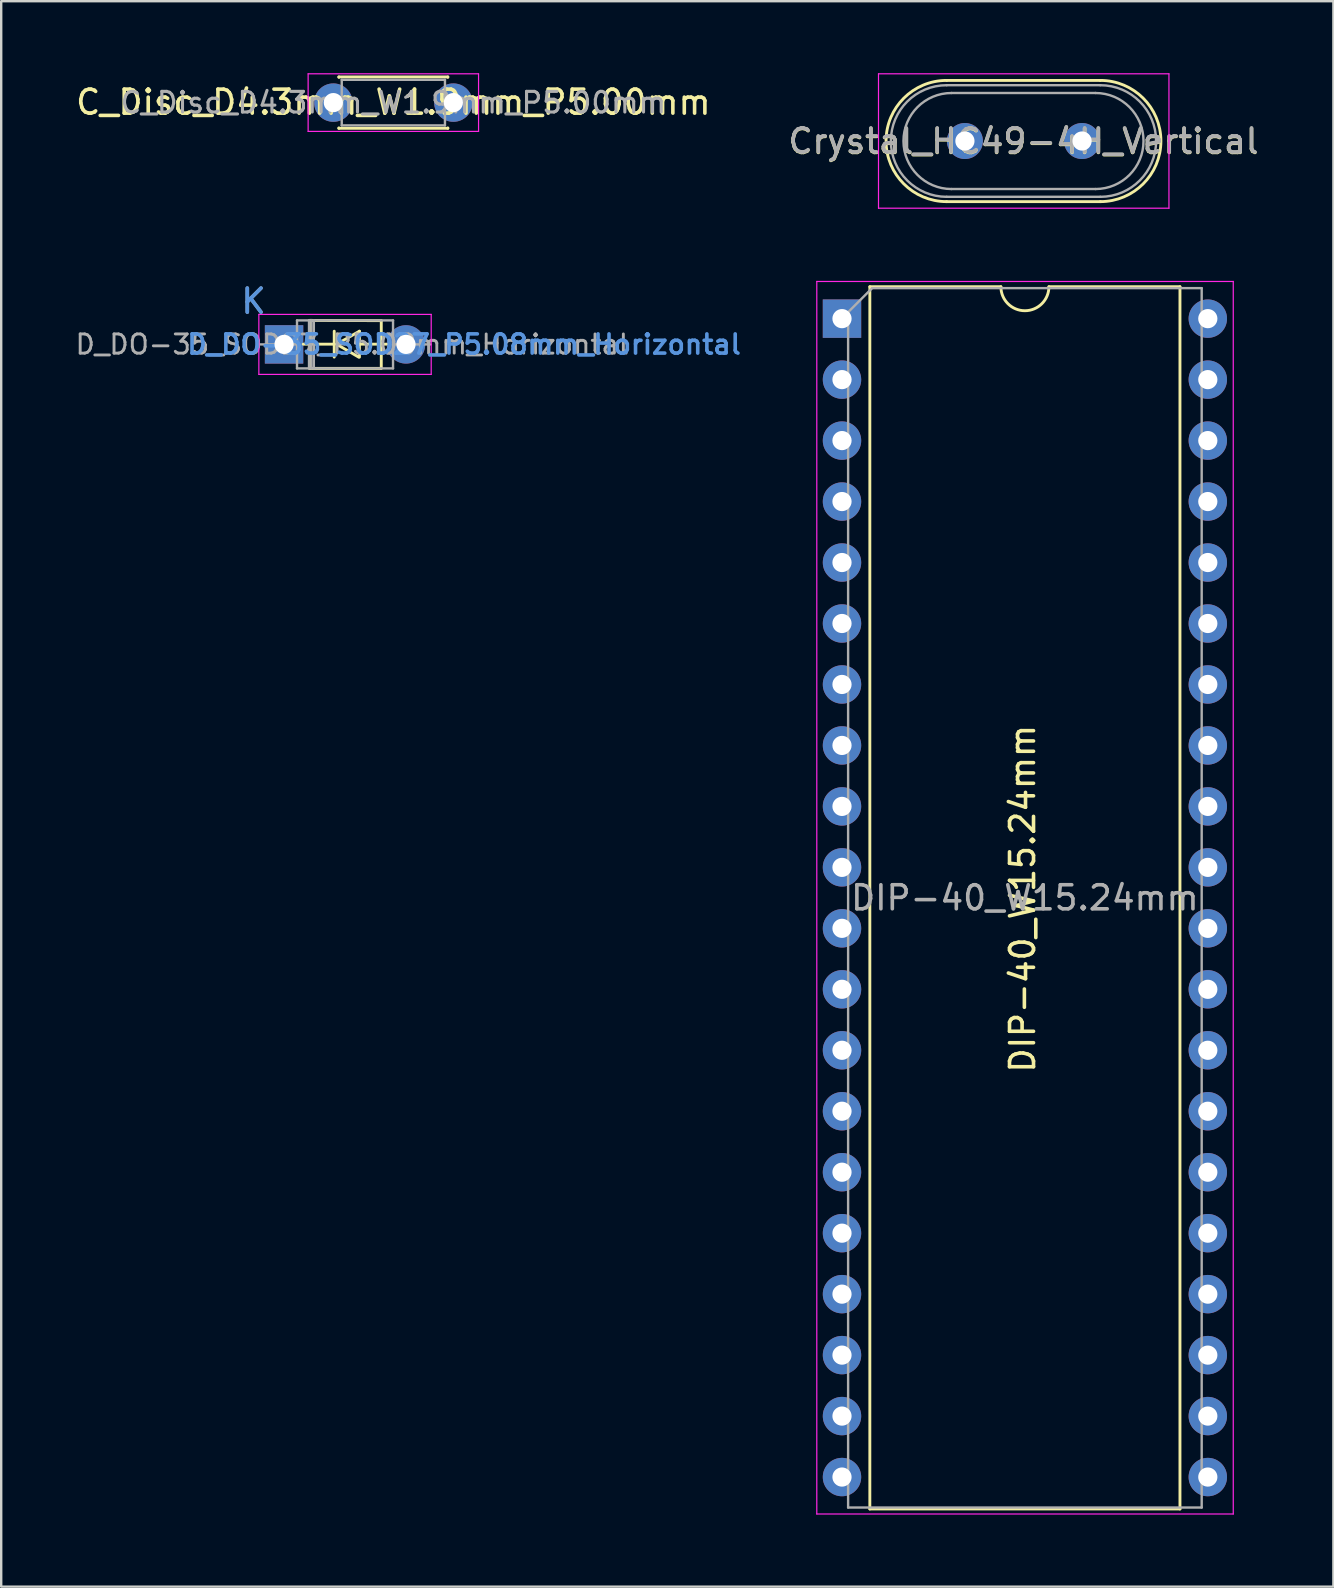
<source format=kicad_pcb>
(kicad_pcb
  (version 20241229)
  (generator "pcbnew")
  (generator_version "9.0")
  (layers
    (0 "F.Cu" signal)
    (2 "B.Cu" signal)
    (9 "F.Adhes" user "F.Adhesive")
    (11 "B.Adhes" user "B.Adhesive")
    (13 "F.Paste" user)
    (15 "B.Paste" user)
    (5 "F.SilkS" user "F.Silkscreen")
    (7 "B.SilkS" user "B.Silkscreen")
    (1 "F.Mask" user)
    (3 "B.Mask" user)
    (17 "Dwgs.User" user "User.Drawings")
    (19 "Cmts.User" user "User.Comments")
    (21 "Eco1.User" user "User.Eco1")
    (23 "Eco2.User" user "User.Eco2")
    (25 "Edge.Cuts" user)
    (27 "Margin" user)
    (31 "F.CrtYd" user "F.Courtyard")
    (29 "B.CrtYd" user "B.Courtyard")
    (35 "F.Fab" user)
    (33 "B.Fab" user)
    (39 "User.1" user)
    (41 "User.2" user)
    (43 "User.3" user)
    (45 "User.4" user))
  (footprint "DIP-40_W15.24mm"
    (layer "F.Cu")
    (at 32.028 10.225)
    (property "Reference" "DIP-40_W15.24mm" (at 7.524 24.165 90) (layer "F.SilkS") (effects (font (size 1 1) (thickness 0.15))))
    (attr through_hole)
    (fp_line (start 1.16 -1.33) (end 1.16 49.59) (stroke (width 0.12) (type solid)) (layer "F.SilkS"))
    (fp_line (start 1.16 49.59) (end 14.08 49.59) (stroke (width 0.12) (type solid)) (layer "F.SilkS"))
    (fp_line (start 6.62 -1.33) (end 1.16 -1.33) (stroke (width 0.12) (type solid)) (layer "F.SilkS"))
    (fp_line (start 14.08 -1.33) (end 8.62 -1.33) (stroke (width 0.12) (type solid)) (layer "F.SilkS"))
    (fp_line (start 14.08 49.59) (end 14.08 -1.33) (stroke (width 0.12) (type solid)) (layer "F.SilkS"))
    (fp_arc (start 8.62 -1.33) (mid 7.62 -0.33) (end 6.62 -1.33) (stroke (width 0.12) (type solid)) (layer "F.SilkS"))
    (fp_line (start -1.05 -1.55) (end -1.05 49.8) (stroke (width 0.05) (type solid)) (layer "F.CrtYd"))
    (fp_line (start -1.05 49.8) (end 16.3 49.8) (stroke (width 0.05) (type solid)) (layer "F.CrtYd"))
    (fp_line (start 16.3 -1.55) (end -1.05 -1.55) (stroke (width 0.05) (type solid)) (layer "F.CrtYd"))
    (fp_line (start 16.3 49.8) (end 16.3 -1.55) (stroke (width 0.05) (type solid)) (layer "F.CrtYd"))
    (fp_line (start 0.255 -0.27) (end 1.255 -1.27) (stroke (width 0.1) (type solid)) (layer "F.Fab"))
    (fp_line (start 0.255 49.53) (end 0.255 -0.27) (stroke (width 0.1) (type solid)) (layer "F.Fab"))
    (fp_line (start 1.255 -1.27) (end 14.985 -1.27) (stroke (width 0.1) (type solid)) (layer "F.Fab"))
    (fp_line (start 14.985 -1.27) (end 14.985 49.53) (stroke (width 0.1) (type solid)) (layer "F.Fab"))
    (fp_line (start 14.985 49.53) (end 0.255 49.53) (stroke (width 0.1) (type solid)) (layer "F.Fab"))
    (fp_text user "${REFERENCE}" (at 7.62 24.13 0) (layer "F.Fab") (effects (font (size 1 1) (thickness 0.15))))
    (pad "1" thru_hole rect (at 0 0) (size 1.6 1.6) (drill 0.8) (layers "*.Cu" "*.Mask"))
    (pad "2" thru_hole oval (at 0 2.54) (size 1.6 1.6) (drill 0.8) (layers "*.Cu" "*.Mask"))
    (pad "3" thru_hole oval (at 0 5.08) (size 1.6 1.6) (drill 0.8) (layers "*.Cu" "*.Mask"))
    (pad "4" thru_hole oval (at 0 7.62) (size 1.6 1.6) (drill 0.8) (layers "*.Cu" "*.Mask"))
    (pad "5" thru_hole oval (at 0 10.16) (size 1.6 1.6) (drill 0.8) (layers "*.Cu" "*.Mask"))
    (pad "6" thru_hole oval (at 0 12.7) (size 1.6 1.6) (drill 0.8) (layers "*.Cu" "*.Mask"))
    (pad "7" thru_hole oval (at 0 15.24) (size 1.6 1.6) (drill 0.8) (layers "*.Cu" "*.Mask"))
    (pad "8" thru_hole oval (at 0 17.78) (size 1.6 1.6) (drill 0.8) (layers "*.Cu" "*.Mask"))
    (pad "9" thru_hole oval (at 0 20.32) (size 1.6 1.6) (drill 0.8) (layers "*.Cu" "*.Mask"))
    (pad "10" thru_hole oval (at 0 22.86) (size 1.6 1.6) (drill 0.8) (layers "*.Cu" "*.Mask"))
    (pad "11" thru_hole oval (at 0 25.4) (size 1.6 1.6) (drill 0.8) (layers "*.Cu" "*.Mask"))
    (pad "12" thru_hole oval (at 0 27.94) (size 1.6 1.6) (drill 0.8) (layers "*.Cu" "*.Mask"))
    (pad "13" thru_hole oval (at 0 30.48) (size 1.6 1.6) (drill 0.8) (layers "*.Cu" "*.Mask"))
    (pad "14" thru_hole oval (at 0 33.02) (size 1.6 1.6) (drill 0.8) (layers "*.Cu" "*.Mask"))
    (pad "15" thru_hole oval (at 0 35.56) (size 1.6 1.6) (drill 0.8) (layers "*.Cu" "*.Mask"))
    (pad "16" thru_hole oval (at 0 38.1) (size 1.6 1.6) (drill 0.8) (layers "*.Cu" "*.Mask"))
    (pad "17" thru_hole oval (at 0 40.64) (size 1.6 1.6) (drill 0.8) (layers "*.Cu" "*.Mask"))
    (pad "18" thru_hole oval (at 0 43.18) (size 1.6 1.6) (drill 0.8) (layers "*.Cu" "*.Mask"))
    (pad "19" thru_hole oval (at 0 45.72) (size 1.6 1.6) (drill 0.8) (layers "*.Cu" "*.Mask"))
    (pad "20" thru_hole oval (at 0 48.26) (size 1.6 1.6) (drill 0.8) (layers "*.Cu" "*.Mask"))
    (pad "21" thru_hole oval (at 15.24 48.26) (size 1.6 1.6) (drill 0.8) (layers "*.Cu" "*.Mask"))
    (pad "22" thru_hole oval (at 15.24 45.72) (size 1.6 1.6) (drill 0.8) (layers "*.Cu" "*.Mask"))
    (pad "23" thru_hole oval (at 15.24 43.18) (size 1.6 1.6) (drill 0.8) (layers "*.Cu" "*.Mask"))
    (pad "24" thru_hole oval (at 15.24 40.64) (size 1.6 1.6) (drill 0.8) (layers "*.Cu" "*.Mask"))
    (pad "25" thru_hole oval (at 15.24 38.1) (size 1.6 1.6) (drill 0.8) (layers "*.Cu" "*.Mask"))
    (pad "26" thru_hole oval (at 15.24 35.56) (size 1.6 1.6) (drill 0.8) (layers "*.Cu" "*.Mask"))
    (pad "27" thru_hole oval (at 15.24 33.02) (size 1.6 1.6) (drill 0.8) (layers "*.Cu" "*.Mask"))
    (pad "28" thru_hole oval (at 15.24 30.48) (size 1.6 1.6) (drill 0.8) (layers "*.Cu" "*.Mask"))
    (pad "29" thru_hole oval (at 15.24 27.94) (size 1.6 1.6) (drill 0.8) (layers "*.Cu" "*.Mask"))
    (pad "30" thru_hole oval (at 15.24 25.4) (size 1.6 1.6) (drill 0.8) (layers "*.Cu" "*.Mask"))
    (pad "31" thru_hole oval (at 15.24 22.86) (size 1.6 1.6) (drill 0.8) (layers "*.Cu" "*.Mask"))
    (pad "32" thru_hole oval (at 15.24 20.32) (size 1.6 1.6) (drill 0.8) (layers "*.Cu" "*.Mask"))
    (pad "33" thru_hole oval (at 15.24 17.78) (size 1.6 1.6) (drill 0.8) (layers "*.Cu" "*.Mask"))
    (pad "34" thru_hole oval (at 15.24 15.24) (size 1.6 1.6) (drill 0.8) (layers "*.Cu" "*.Mask"))
    (pad "35" thru_hole oval (at 15.24 12.7) (size 1.6 1.6) (drill 0.8) (layers "*.Cu" "*.Mask"))
    (pad "36" thru_hole oval (at 15.24 10.16) (size 1.6 1.6) (drill 0.8) (layers "*.Cu" "*.Mask"))
    (pad "37" thru_hole oval (at 15.24 7.62) (size 1.6 1.6) (drill 0.8) (layers "*.Cu" "*.Mask"))
    (pad "38" thru_hole oval (at 15.24 5.08) (size 1.6 1.6) (drill 0.8) (layers "*.Cu" "*.Mask"))
    (pad "39" thru_hole oval (at 15.24 2.54) (size 1.6 1.6) (drill 0.8) (layers "*.Cu" "*.Mask"))
    (pad "40" thru_hole oval (at 15.24 0) (size 1.6 1.6) (drill 0.8) (layers "*.Cu" "*.Mask")))
  (footprint "C_Disc_D4.3mm_W1.9mm_P5.00mm"
    (layer "F.Cu")
    (at 10.837 1.225)
    (property "Reference" "C_Disc_D4.3mm_W1.9mm_P5.00mm" (at 2.502 -0.017 0) (layer "F.SilkS") (effects (font (size 1 1) (thickness 0.15))))
    (attr through_hole)
    (fp_line (start 0.23 -1.07) (end 0.23 -1.055) (stroke (width 0.12) (type solid)) (layer "F.SilkS"))
    (fp_line (start 0.23 -1.07) (end 4.77 -1.07) (stroke (width 0.12) (type solid)) (layer "F.SilkS"))
    (fp_line (start 0.23 1.055) (end 0.23 1.07) (stroke (width 0.12) (type solid)) (layer "F.SilkS"))
    (fp_line (start 0.23 1.07) (end 4.77 1.07) (stroke (width 0.12) (type solid)) (layer "F.SilkS"))
    (fp_line (start 4.77 -1.07) (end 4.77 -1.055) (stroke (width 0.12) (type solid)) (layer "F.SilkS"))
    (fp_line (start 4.77 1.055) (end 4.77 1.07) (stroke (width 0.12) (type solid)) (layer "F.SilkS"))
    (fp_line (start -1.05 -1.2) (end -1.05 1.2) (stroke (width 0.05) (type solid)) (layer "F.CrtYd"))
    (fp_line (start -1.05 1.2) (end 6.05 1.2) (stroke (width 0.05) (type solid)) (layer "F.CrtYd"))
    (fp_line (start 6.05 -1.2) (end -1.05 -1.2) (stroke (width 0.05) (type solid)) (layer "F.CrtYd"))
    (fp_line (start 6.05 1.2) (end 6.05 -1.2) (stroke (width 0.05) (type solid)) (layer "F.CrtYd"))
    (fp_line (start 0.35 -0.95) (end 0.35 0.95) (stroke (width 0.1) (type solid)) (layer "F.Fab"))
    (fp_line (start 0.35 0.95) (end 4.65 0.95) (stroke (width 0.1) (type solid)) (layer "F.Fab"))
    (fp_line (start 4.65 -0.95) (end 0.35 -0.95) (stroke (width 0.1) (type solid)) (layer "F.Fab"))
    (fp_line (start 4.65 0.95) (end 4.65 -0.95) (stroke (width 0.1) (type solid)) (layer "F.Fab"))
    (fp_text user "${REFERENCE}" (at 2.5 0 0) (layer "F.Fab") (effects (font (size 0.86 0.86) (thickness 0.129))))
    (pad "1" thru_hole circle (at 0 0) (size 1.6 1.6) (drill 0.8) (layers "*.Cu" "*.Mask"))
    (pad "2" thru_hole circle (at 5 0) (size 1.6 1.6) (drill 0.8) (layers "*.Cu" "*.Mask")))
  (footprint "Crystal_HC49-4H_Vertical"
    (layer "F.Cu")
    (at 37.149 2.825)
    (property "Reference" "Crystal_HC49-4H_Vertical" (at 2.44 0.019 0) (layer "F.SilkS") (effects (font (size 1 1) (thickness 0.15))))
    (attr through_hole)
    (fp_line (start -0.76 -2.525) (end 5.64 -2.525) (stroke (width 0.12) (type solid)) (layer "F.SilkS"))
    (fp_line (start -0.76 2.525) (end 5.64 2.525) (stroke (width 0.12) (type solid)) (layer "F.SilkS"))
    (fp_arc (start -0.76 2.525) (mid -3.285 0) (end -0.76 -2.525) (stroke (width 0.12) (type solid)) (layer "F.SilkS"))
    (fp_arc (start 5.64 -2.525) (mid 8.165 0) (end 5.64 2.525) (stroke (width 0.12) (type solid)) (layer "F.SilkS"))
    (fp_line (start -3.6 -2.8) (end -3.6 2.8) (stroke (width 0.05) (type solid)) (layer "F.CrtYd"))
    (fp_line (start -3.6 2.8) (end 8.5 2.8) (stroke (width 0.05) (type solid)) (layer "F.CrtYd"))
    (fp_line (start 8.5 -2.8) (end -3.6 -2.8) (stroke (width 0.05) (type solid)) (layer "F.CrtYd"))
    (fp_line (start 8.5 2.8) (end 8.5 -2.8) (stroke (width 0.05) (type solid)) (layer "F.CrtYd"))
    (fp_line (start -0.76 -2.325) (end 5.64 -2.325) (stroke (width 0.1) (type solid)) (layer "F.Fab"))
    (fp_line (start -0.76 2.325) (end 5.64 2.325) (stroke (width 0.1) (type solid)) (layer "F.Fab"))
    (fp_line (start -0.56 -2) (end 5.44 -2) (stroke (width 0.1) (type solid)) (layer "F.Fab"))
    (fp_line (start -0.56 2) (end 5.44 2) (stroke (width 0.1) (type solid)) (layer "F.Fab"))
    (fp_arc (start -0.76 2.325) (mid -3.085 0) (end -0.76 -2.325) (stroke (width 0.1) (type solid)) (layer "F.Fab"))
    (fp_arc (start -0.56 2) (mid -2.56 0) (end -0.56 -2) (stroke (width 0.1) (type solid)) (layer "F.Fab"))
    (fp_arc (start 5.44 -2) (mid 7.44 0) (end 5.44 2) (stroke (width 0.1) (type solid)) (layer "F.Fab"))
    (fp_arc (start 5.64 -2.325) (mid 7.965 0) (end 5.64 2.325) (stroke (width 0.1) (type solid)) (layer "F.Fab"))
    (fp_text user "${REFERENCE}" (at 2.44 0 0) (layer "F.Fab") (effects (font (size 1 1) (thickness 0.15))))
    (pad "1" thru_hole circle (at 0 0) (size 1.5 1.5) (drill 0.8) (layers "*.Cu" "*.Mask"))
    (pad "2" thru_hole circle (at 4.88 0) (size 1.5 1.5) (drill 0.8) (layers "*.Cu" "*.Mask")))
  (footprint "D_DO-35_SOD27_P5.08mm_Horizontal"
    (layer "F.Cu")
    (at 7.514 11.298)
    (property "Reference" "D_DO-35_SOD27_P5.08mm_Horizontal" (at 8.77 0 0) (layer "Cmts.User") (effects (font (size 0.8 0.8) (thickness 0.15))))
    (attr through_hole)
    (fp_line (start 2.07 -0.01) (end 3.35 -0.01) (stroke (width 0.12) (type solid)) (layer "F.SilkS"))
    (fp_line (start 2.33 -1) (end 5.32 -0.99) (stroke (width 0.12) (type solid)) (layer "F.SilkS"))
    (fp_line (start 2.33 1) (end 2.33 -1) (stroke (width 0.12) (type solid)) (layer "F.SilkS"))
    (fp_line (start 2.34 1) (end 5.31 1) (stroke (width 0.12) (type solid)) (layer "F.SilkS"))
    (fp_line (start 3.36 0.53) (end 3.36 -0.55) (stroke (width 0.12) (type solid)) (layer "F.SilkS"))
    (fp_line (start 3.46 -0.01) (end 4.41 -0.55) (stroke (width 0.12) (type solid)) (layer "F.SilkS"))
    (fp_line (start 3.47 0) (end 4.38 0.53) (stroke (width 0.12) (type solid)) (layer "F.SilkS"))
    (fp_line (start 4.41 0.53) (end 4.41 -0.55) (stroke (width 0.12) (type solid)) (layer "F.SilkS"))
    (fp_line (start 5.32 1) (end 5.32 -0.99) (stroke (width 0.12) (type solid)) (layer "F.SilkS"))
    (fp_line (start 5.53 -0.01) (end 4.41 -0.01) (stroke (width 0.12) (type solid)) (layer "F.SilkS"))
    (fp_line (start 0.22 -1.25) (end 0.22 1.25) (stroke (width 0.05) (type solid)) (layer "F.CrtYd"))
    (fp_line (start 0.22 1.25) (end 7.4 1.25) (stroke (width 0.05) (type solid)) (layer "F.CrtYd"))
    (fp_line (start 7.4 -1.25) (end 0.22 -1.25) (stroke (width 0.05) (type solid)) (layer "F.CrtYd"))
    (fp_line (start 7.4 1.25) (end 7.4 -1.25) (stroke (width 0.05) (type solid)) (layer "F.CrtYd"))
    (fp_line (start 0.25 0) (end 1.81 0) (stroke (width 0.1) (type solid)) (layer "F.Fab"))
    (fp_line (start 1.81 -1) (end 1.81 1) (stroke (width 0.1) (type solid)) (layer "F.Fab"))
    (fp_line (start 1.81 1) (end 5.81 1) (stroke (width 0.1) (type solid)) (layer "F.Fab"))
    (fp_line (start 2.31 -1) (end 2.31 1) (stroke (width 0.1) (type solid)) (layer "F.Fab"))
    (fp_line (start 2.41 -1) (end 2.41 1) (stroke (width 0.1) (type solid)) (layer "F.Fab"))
    (fp_line (start 2.51 -1) (end 2.51 1) (stroke (width 0.1) (type solid)) (layer "F.Fab"))
    (fp_line (start 5.81 -1) (end 1.81 -1) (stroke (width 0.1) (type solid)) (layer "F.Fab"))
    (fp_line (start 5.81 1) (end 5.81 -1) (stroke (width 0.1) (type solid)) (layer "F.Fab"))
    (fp_line (start 7.37 0) (end 5.81 0) (stroke (width 0.1) (type solid)) (layer "F.Fab"))
    (fp_text user "K" (at 0 -1.8 0) (layer "Cmts.User") (effects (font (size 1 1) (thickness 0.15))))
    (fp_text user "${REFERENCE}" (at 4.11 0 0) (layer "F.Fab") (effects (font (size 0.8 0.8) (thickness 0.12))))
    (fp_text user "K" (at 0 -1.8 0) (layer "F.Fab") (effects (font (size 1 1) (thickness 0.15))))
    (pad "1" thru_hole rect (at 1.27 0) (size 1.6 1.6) (drill 0.8) (layers "*.Cu" "*.Mask"))
    (pad "2" thru_hole oval (at 6.35 0) (size 1.6 1.6) (drill 0.8) (layers "*.Cu" "*.Mask")))
  (gr_rect
    (start -3 -3)
    (end 52.5 63.05)
    (stroke (width 0.1) (type default))
    (fill no)
    (layer "Edge.Cuts")))
</source>
